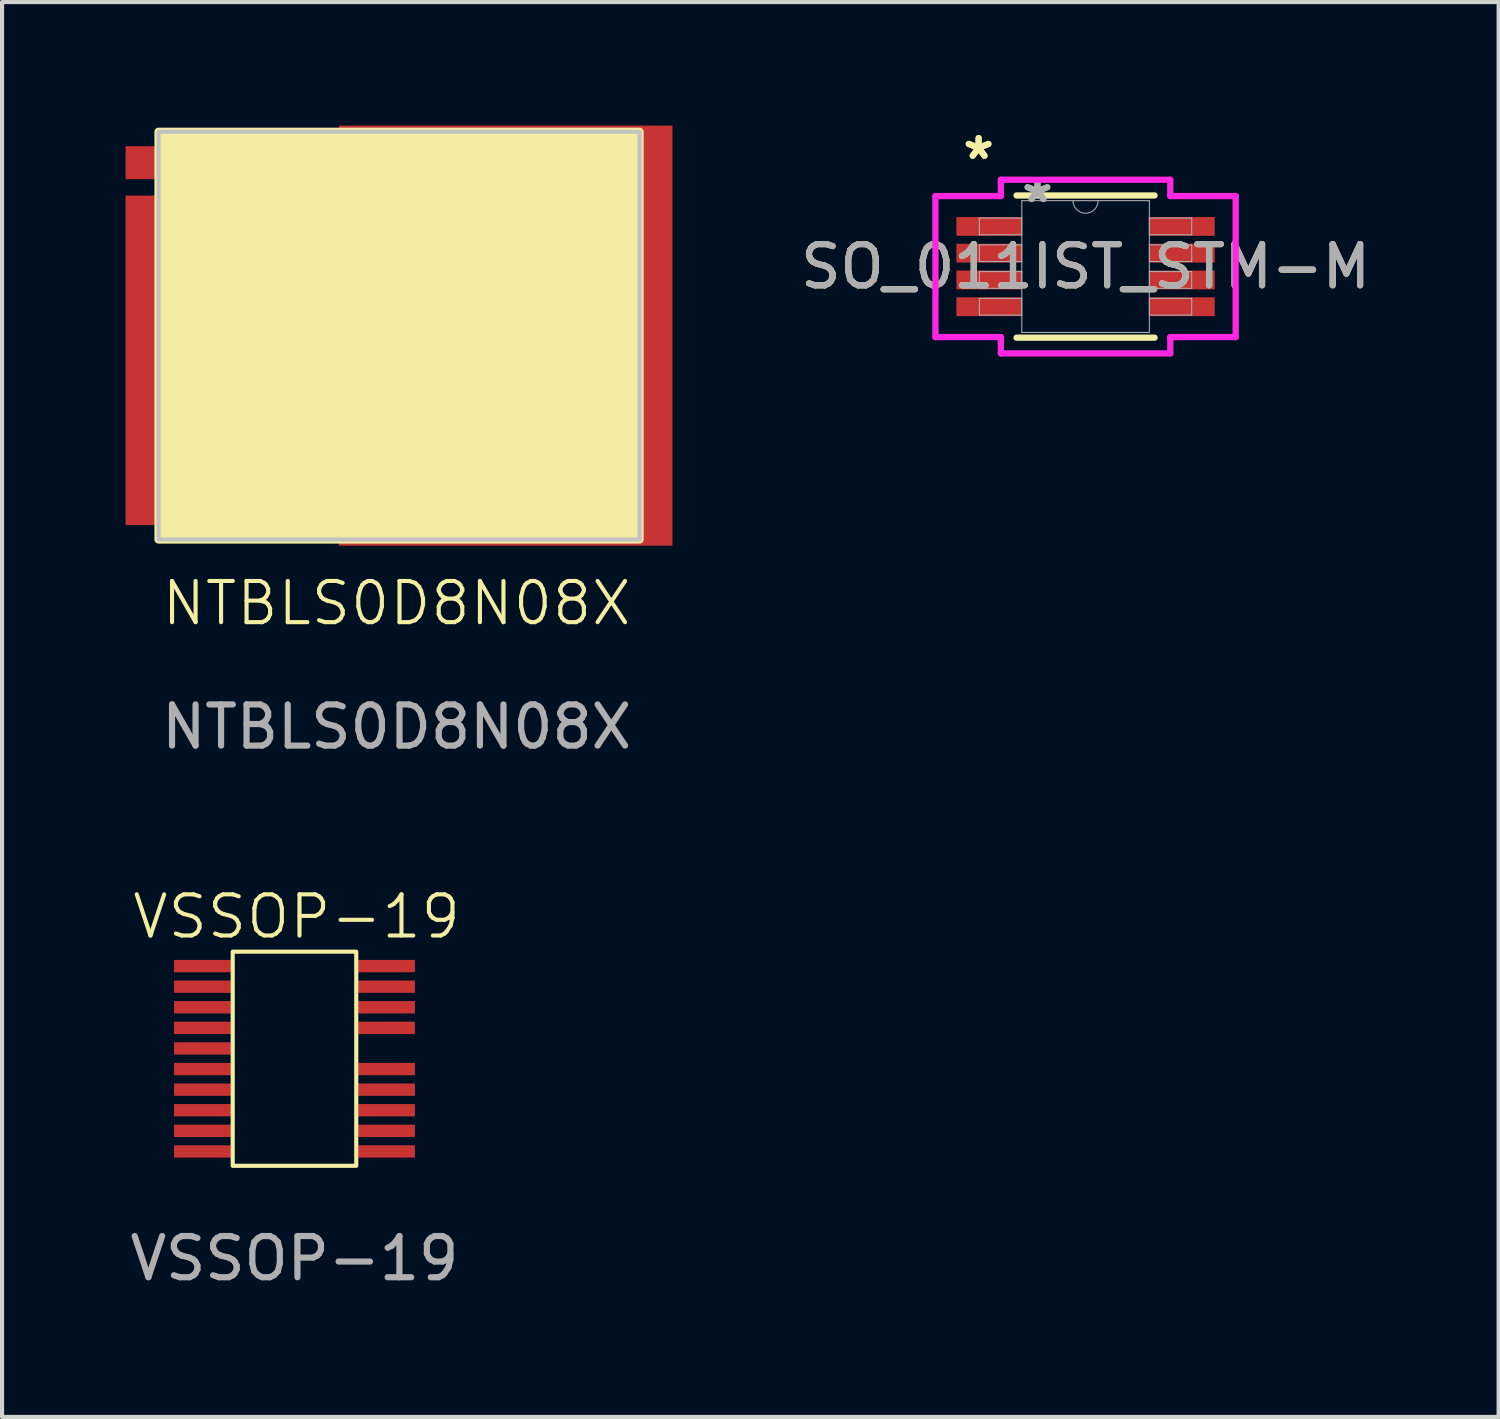
<source format=kicad_pcb>
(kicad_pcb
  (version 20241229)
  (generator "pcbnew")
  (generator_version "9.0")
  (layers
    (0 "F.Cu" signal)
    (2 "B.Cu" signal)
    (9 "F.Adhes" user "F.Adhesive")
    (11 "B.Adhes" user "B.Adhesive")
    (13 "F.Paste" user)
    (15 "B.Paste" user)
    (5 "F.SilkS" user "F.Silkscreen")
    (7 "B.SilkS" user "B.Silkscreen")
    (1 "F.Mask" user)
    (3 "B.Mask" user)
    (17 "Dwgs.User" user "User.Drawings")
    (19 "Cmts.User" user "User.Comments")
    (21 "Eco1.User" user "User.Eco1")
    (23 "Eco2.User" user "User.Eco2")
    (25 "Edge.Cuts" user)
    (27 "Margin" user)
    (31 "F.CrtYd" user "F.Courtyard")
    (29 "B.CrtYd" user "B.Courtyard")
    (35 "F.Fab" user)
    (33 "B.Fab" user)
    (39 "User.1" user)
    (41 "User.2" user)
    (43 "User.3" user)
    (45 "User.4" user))
  (footprint "VSSOP-19"
    (layer "F.Cu")
    (at 4.101 22.659)
    (property "Reference" "VSSOP-19" (at 0.05 -3.45 0) (unlocked yes) (layer "F.SilkS") (effects (font (size 1 1) (thickness 0.1))))
    (attr smd)
    (fp_rect (start -1.5 -2.6) (end 1.5 2.6) (stroke (width 0.1) (type default)) (fill no) (layer "F.SilkS"))
    (fp_text user "${REFERENCE}" (at 0 4.85 0) (unlocked yes) (layer "F.Fab") (effects (font (size 1 1) (thickness 0.15))))
    (pad "1" smd roundrect (at -2.2 -2.25) (size 1.45 0.3) (layers "F.Cu" "F.Mask" "F.Paste") (roundrect_rratio 0.033))
    (pad "2" smd roundrect (at -2.2 -1.75) (size 1.45 0.3) (layers "F.Cu" "F.Mask" "F.Paste") (roundrect_rratio 0.033))
    (pad "3" smd roundrect (at -2.2 -1.25) (size 1.45 0.3) (layers "F.Cu" "F.Mask" "F.Paste") (roundrect_rratio 0.033))
    (pad "4" smd roundrect (at -2.2 -0.75) (size 1.45 0.3) (layers "F.Cu" "F.Mask" "F.Paste") (roundrect_rratio 0.033))
    (pad "5" smd roundrect (at -2.2 -0.25) (size 1.45 0.3) (layers "F.Cu" "F.Mask" "F.Paste") (roundrect_rratio 0.033))
    (pad "6" smd roundrect (at -2.2 0.25) (size 1.45 0.3) (layers "F.Cu" "F.Mask" "F.Paste") (roundrect_rratio 0.033))
    (pad "7" smd roundrect (at -2.2 0.75) (size 1.45 0.3) (layers "F.Cu" "F.Mask" "F.Paste") (roundrect_rratio 0.033))
    (pad "8" smd roundrect (at -2.2 1.25) (size 1.45 0.3) (layers "F.Cu" "F.Mask" "F.Paste") (roundrect_rratio 0.033))
    (pad "9" smd roundrect (at -2.2 1.75) (size 1.45 0.3) (layers "F.Cu" "F.Mask" "F.Paste") (roundrect_rratio 0.033))
    (pad "10" smd roundrect (at -2.2 2.25) (size 1.45 0.3) (layers "F.Cu" "F.Mask" "F.Paste") (roundrect_rratio 0.033))
    (pad "11" smd roundrect (at 2.2 2.25) (size 1.45 0.3) (layers "F.Cu" "F.Mask" "F.Paste") (roundrect_rratio 0.033))
    (pad "12" smd roundrect (at 2.2 1.75) (size 1.45 0.3) (layers "F.Cu" "F.Mask" "F.Paste") (roundrect_rratio 0.033))
    (pad "13" smd roundrect (at 2.2 1.25) (size 1.45 0.3) (layers "F.Cu" "F.Mask" "F.Paste") (roundrect_rratio 0.033))
    (pad "14" smd roundrect (at 2.2 0.75) (size 1.45 0.3) (layers "F.Cu" "F.Mask" "F.Paste") (roundrect_rratio 0.033))
    (pad "15" smd roundrect (at 2.2 0.25) (size 1.45 0.3) (layers "F.Cu" "F.Mask" "F.Paste") (roundrect_rratio 0.033))
    (pad "17" smd roundrect (at 2.2 -0.75) (size 1.45 0.3) (layers "F.Cu" "F.Mask" "F.Paste") (roundrect_rratio 0.033))
    (pad "18" smd roundrect (at 2.2 -1.25) (size 1.45 0.3) (layers "F.Cu" "F.Mask" "F.Paste") (roundrect_rratio 0.033))
    (pad "19" smd roundrect (at 2.2 -1.75) (size 1.45 0.3) (layers "F.Cu" "F.Mask" "F.Paste") (roundrect_rratio 0.033))
    (pad "20" smd roundrect (at 2.2 -2.25) (size 1.45 0.3) (layers "F.Cu" "F.Mask" "F.Paste") (roundrect_rratio 0.033)))
  (footprint "NTBLS0D8N08X"
    (layer "F.Cu")
    (at 5.18 5.1)
    (property "Reference" "NTBLS0D8N08X" (at 1.4 6.5 0) (unlocked yes) (layer "F.SilkS") (effects (font (size 1 1) (thickness 0.1))))
    (attr smd)
    (fp_rect (start -4.38 -4.95) (end 7.3 4.95) (stroke (width 0.2) (type solid)) (fill yes) (layer "F.SilkS"))
    (fp_rect (start -4.38 -4.95) (end 7.3 4.95) (stroke (width 0.1) (type default)) (fill no) (layer "Dwgs.User"))
    (fp_text user "${REFERENCE}" (at 1.4 9.5 0) (unlocked yes) (layer "F.Fab") (effects (font (size 1 1) (thickness 0.15))))
    (pad "1" smd rect (at -3.78 -4.2) (size 2.8 0.8) (layers "F.Cu" "F.Mask" "F.Paste"))
    (pad "2" smd rect (at -3.78 0.6) (size 2.8 8) (layers "F.Cu" "F.Mask" "F.Paste"))
    (pad "3" smd rect (at 4.05 0) (size 8.1 10.2) (layers "F.Cu" "F.Mask" "F.Paste")))
  (footprint "SO_011IST_STM-M"
    (layer "F.Cu")
    (at 23.31 3.423)
    (property "Reference" "SO_011IST_STM-M" (at 0 0 0) (unlocked yes) (layer "F.SilkS") (effects (font (size 1 1) (thickness 0.15))))
    (attr smd)
    (fp_line (start -1.676 1.727) (end 1.676 1.727) (stroke (width 0.152) (type solid)) (layer "F.SilkS"))
    (fp_line (start 1.676 -1.727) (end -1.676 -1.727) (stroke (width 0.152) (type solid)) (layer "F.SilkS"))
    (fp_line (start -3.645 -1.712) (end -2.057 -1.712) (stroke (width 0.152) (type solid)) (layer "F.CrtYd"))
    (fp_line (start -3.645 1.712) (end -3.645 -1.712) (stroke (width 0.152) (type solid)) (layer "F.CrtYd"))
    (fp_line (start -3.645 1.712) (end -2.057 1.712) (stroke (width 0.152) (type solid)) (layer "F.CrtYd"))
    (fp_line (start -2.057 -2.108) (end 2.057 -2.108) (stroke (width 0.152) (type solid)) (layer "F.CrtYd"))
    (fp_line (start -2.057 -1.712) (end -2.057 -2.108) (stroke (width 0.152) (type solid)) (layer "F.CrtYd"))
    (fp_line (start -2.057 2.108) (end -2.057 1.712) (stroke (width 0.152) (type solid)) (layer "F.CrtYd"))
    (fp_line (start 2.057 -2.108) (end 2.057 -1.712) (stroke (width 0.152) (type solid)) (layer "F.CrtYd"))
    (fp_line (start 2.057 1.712) (end 2.057 2.108) (stroke (width 0.152) (type solid)) (layer "F.CrtYd"))
    (fp_line (start 2.057 2.108) (end -2.057 2.108) (stroke (width 0.152) (type solid)) (layer "F.CrtYd"))
    (fp_line (start 3.645 -1.712) (end 2.057 -1.712) (stroke (width 0.152) (type solid)) (layer "F.CrtYd"))
    (fp_line (start 3.645 -1.712) (end 3.645 1.712) (stroke (width 0.152) (type solid)) (layer "F.CrtYd"))
    (fp_line (start 3.645 1.712) (end 2.057 1.712) (stroke (width 0.152) (type solid)) (layer "F.CrtYd"))
    (fp_line (start -2.578 -1.178) (end -2.578 -0.772) (stroke (width 0.025) (type solid)) (layer "F.Fab"))
    (fp_line (start -2.578 -0.772) (end -1.549 -0.772) (stroke (width 0.025) (type solid)) (layer "F.Fab"))
    (fp_line (start -2.578 -0.528) (end -2.578 -0.122) (stroke (width 0.025) (type solid)) (layer "F.Fab"))
    (fp_line (start -2.578 -0.122) (end -1.549 -0.122) (stroke (width 0.025) (type solid)) (layer "F.Fab"))
    (fp_line (start -2.578 0.122) (end -2.578 0.528) (stroke (width 0.025) (type solid)) (layer "F.Fab"))
    (fp_line (start -2.578 0.528) (end -1.549 0.528) (stroke (width 0.025) (type solid)) (layer "F.Fab"))
    (fp_line (start -2.578 0.772) (end -2.578 1.178) (stroke (width 0.025) (type solid)) (layer "F.Fab"))
    (fp_line (start -2.578 1.178) (end -1.549 1.178) (stroke (width 0.025) (type solid)) (layer "F.Fab"))
    (fp_line (start -1.549 -1.6) (end -1.549 1.6) (stroke (width 0.025) (type solid)) (layer "F.Fab"))
    (fp_line (start -1.549 -1.178) (end -2.578 -1.178) (stroke (width 0.025) (type solid)) (layer "F.Fab"))
    (fp_line (start -1.549 -0.772) (end -1.549 -1.178) (stroke (width 0.025) (type solid)) (layer "F.Fab"))
    (fp_line (start -1.549 -0.528) (end -2.578 -0.528) (stroke (width 0.025) (type solid)) (layer "F.Fab"))
    (fp_line (start -1.549 -0.122) (end -1.549 -0.528) (stroke (width 0.025) (type solid)) (layer "F.Fab"))
    (fp_line (start -1.549 0.122) (end -2.578 0.122) (stroke (width 0.025) (type solid)) (layer "F.Fab"))
    (fp_line (start -1.549 0.528) (end -1.549 0.122) (stroke (width 0.025) (type solid)) (layer "F.Fab"))
    (fp_line (start -1.549 0.772) (end -2.578 0.772) (stroke (width 0.025) (type solid)) (layer "F.Fab"))
    (fp_line (start -1.549 1.178) (end -1.549 0.772) (stroke (width 0.025) (type solid)) (layer "F.Fab"))
    (fp_line (start -1.549 1.6) (end 1.549 1.6) (stroke (width 0.025) (type solid)) (layer "F.Fab"))
    (fp_line (start 1.549 -1.6) (end -1.549 -1.6) (stroke (width 0.025) (type solid)) (layer "F.Fab"))
    (fp_line (start 1.549 -1.178) (end 1.549 -0.772) (stroke (width 0.025) (type solid)) (layer "F.Fab"))
    (fp_line (start 1.549 -0.772) (end 2.578 -0.772) (stroke (width 0.025) (type solid)) (layer "F.Fab"))
    (fp_line (start 1.549 -0.528) (end 1.549 -0.122) (stroke (width 0.025) (type solid)) (layer "F.Fab"))
    (fp_line (start 1.549 -0.122) (end 2.578 -0.122) (stroke (width 0.025) (type solid)) (layer "F.Fab"))
    (fp_line (start 1.549 0.122) (end 1.549 0.528) (stroke (width 0.025) (type solid)) (layer "F.Fab"))
    (fp_line (start 1.549 0.528) (end 2.578 0.528) (stroke (width 0.025) (type solid)) (layer "F.Fab"))
    (fp_line (start 1.549 0.772) (end 1.549 1.178) (stroke (width 0.025) (type solid)) (layer "F.Fab"))
    (fp_line (start 1.549 1.178) (end 2.578 1.178) (stroke (width 0.025) (type solid)) (layer "F.Fab"))
    (fp_line (start 1.549 1.6) (end 1.549 -1.6) (stroke (width 0.025) (type solid)) (layer "F.Fab"))
    (fp_line (start 2.578 -1.178) (end 1.549 -1.178) (stroke (width 0.025) (type solid)) (layer "F.Fab"))
    (fp_line (start 2.578 -0.772) (end 2.578 -1.178) (stroke (width 0.025) (type solid)) (layer "F.Fab"))
    (fp_line (start 2.578 -0.528) (end 1.549 -0.528) (stroke (width 0.025) (type solid)) (layer "F.Fab"))
    (fp_line (start 2.578 -0.122) (end 2.578 -0.528) (stroke (width 0.025) (type solid)) (layer "F.Fab"))
    (fp_line (start 2.578 0.122) (end 1.549 0.122) (stroke (width 0.025) (type solid)) (layer "F.Fab"))
    (fp_line (start 2.578 0.528) (end 2.578 0.122) (stroke (width 0.025) (type solid)) (layer "F.Fab"))
    (fp_line (start 2.578 0.772) (end 1.549 0.772) (stroke (width 0.025) (type solid)) (layer "F.Fab"))
    (fp_line (start 2.578 1.178) (end 2.578 0.772) (stroke (width 0.025) (type solid)) (layer "F.Fab"))
    (fp_arc (start 0.3048 -1.6002) (mid 0 -1.2954) (end -0.3048 -1.6002) (stroke (width 0.0254) (type solid)) (layer "F.Fab"))
    (fp_text user "*" (at -2.597 -2.575 0) (layer "F.SilkS") (effects (font (size 1 1) (thickness 0.15))))
    (fp_text user "*" (at -2.597 -2.575 0) (unlocked yes) (layer "F.SilkS") (effects (font (size 1 1) (thickness 0.15))))
    (fp_text user "${REFERENCE}" (at 0 0 0) (unlocked yes) (layer "F.Fab") (effects (font (size 1 1) (thickness 0.15))))
    (fp_text user "*" (at -1.168 -1.524 0) (layer "F.Fab") (effects (font (size 1 1) (thickness 0.15))))
    (fp_text user "*" (at -1.168 -1.524 0) (unlocked yes) (layer "F.Fab") (effects (font (size 1 1) (thickness 0.15))))
    (pad "1" smd rect (at -2.343 -0.975) (size 1.587 0.457) (layers "F.Cu" "F.Mask" "F.Paste"))
    (pad "2" smd rect (at -2.343 -0.325) (size 1.587 0.457) (layers "F.Cu" "F.Mask" "F.Paste"))
    (pad "3" smd rect (at -2.343 0.325) (size 1.587 0.457) (layers "F.Cu" "F.Mask" "F.Paste"))
    (pad "4" smd rect (at -2.343 0.975) (size 1.587 0.457) (layers "F.Cu" "F.Mask" "F.Paste"))
    (pad "5" smd rect (at 2.343 0.975) (size 1.587 0.457) (layers "F.Cu" "F.Mask" "F.Paste"))
    (pad "6" smd rect (at 2.343 0.325) (size 1.587 0.457) (layers "F.Cu" "F.Mask" "F.Paste"))
    (pad "7" smd rect (at 2.343 -0.325) (size 1.587 0.457) (layers "F.Cu" "F.Mask" "F.Paste"))
    (pad "8" smd rect (at 2.343 -0.975) (size 1.587 0.457) (layers "F.Cu" "F.Mask" "F.Paste")))
  (gr_rect
    (start -3 -3)
    (end 33.34 31.357)
    (stroke (width 0.1) (type default))
    (fill no)
    (layer "Edge.Cuts")))
</source>
